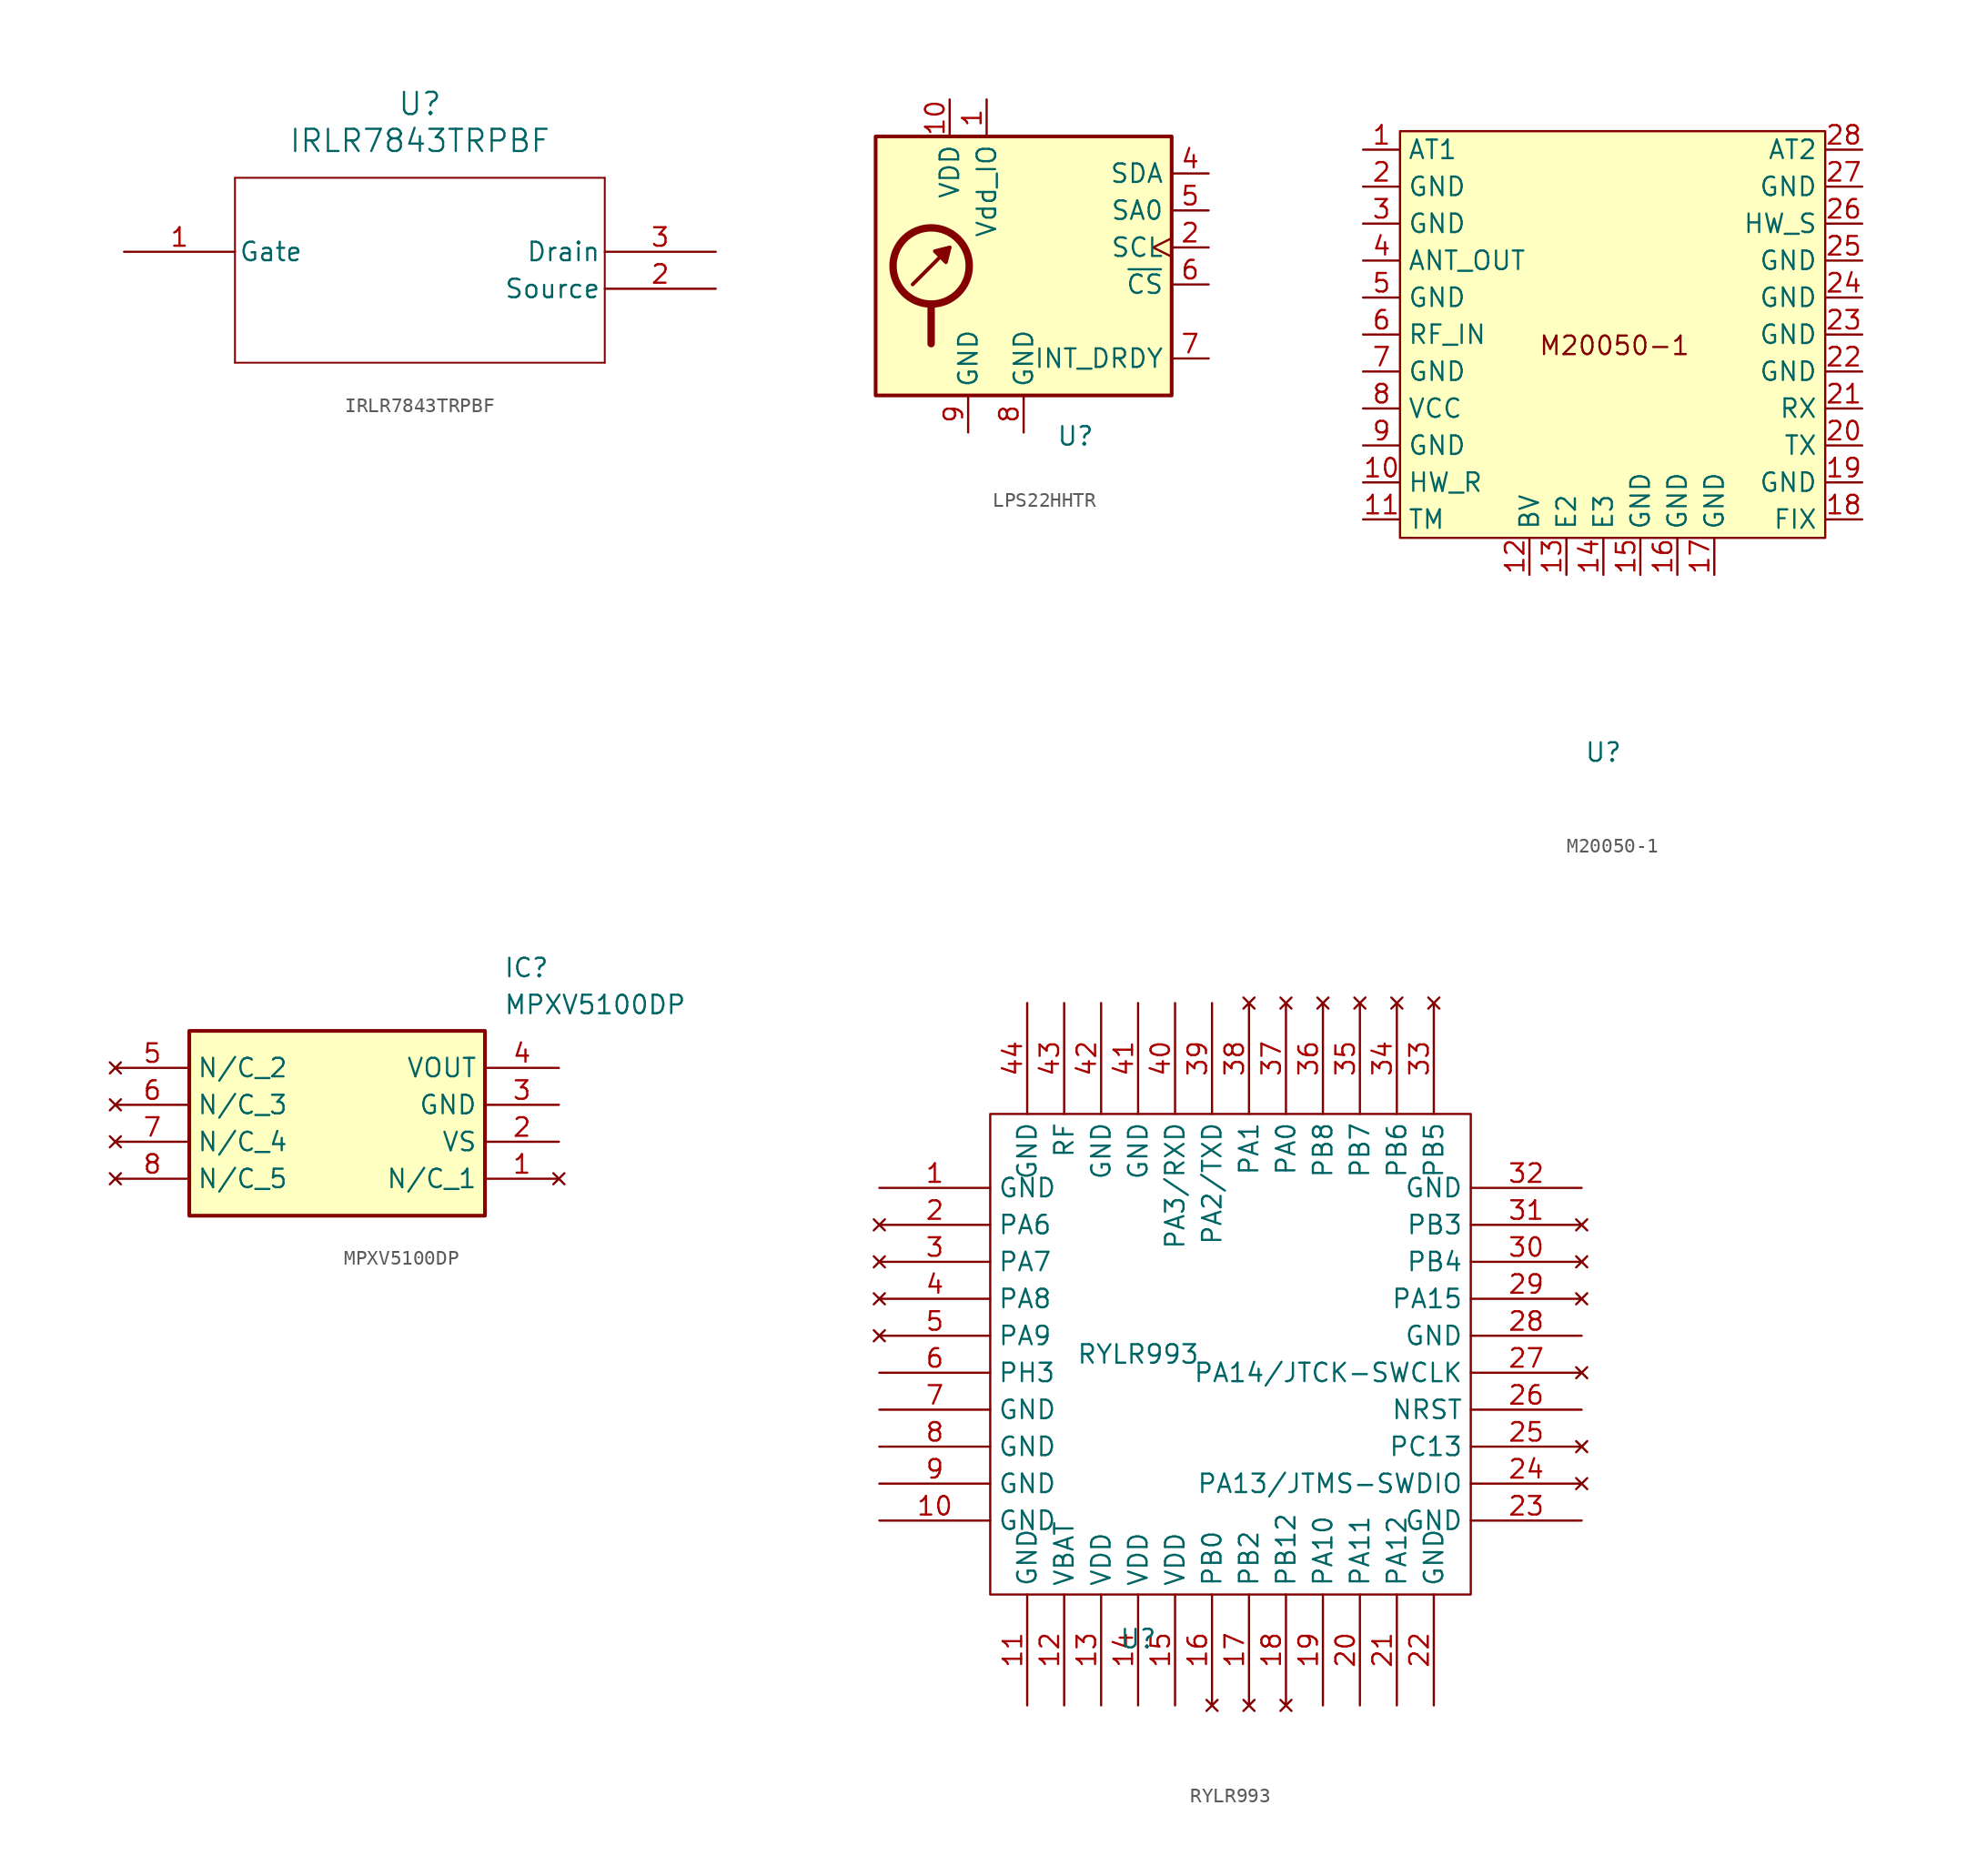
<source format=kicad_sym>
(kicad_symbol_lib
  (version 20231120)
  (generator "kicad_symbol_editor")
  (generator_version "8.0")
  (symbol "IRLR7843TRPBF"
    (pin_names
      (offset 0.254))
    (property "Reference" "U"
      (at 20.32 10.16 0)
      (effects (font (size 1.524 1.524))))
    (property "Value" "IRLR7843TRPBF"
      (at 20.32 7.62 0)
      (effects (font (size 1.524 1.524))))
    (symbol "IRLR7843TRPBF_0_1"
      (polyline (pts (xy 7.62 -7.62) (xy 33.02 -7.62)) (stroke (width 0.127) (type default)) (fill (type none)))
      (polyline (pts (xy 7.62 5.08) (xy 7.62 -7.62)) (stroke (width 0.127) (type default)) (fill (type none)))
      (polyline (pts (xy 33.02 -7.62) (xy 33.02 5.08)) (stroke (width 0.127) (type default)) (fill (type none)))
      (polyline (pts (xy 33.02 5.08) (xy 7.62 5.08)) (stroke (width 0.127) (type default)) (fill (type none))))
    (symbol "IRLR7843TRPBF_1_1"
      (pin input line (at 0 0 0) (length 7.62) (name "Gate" (effects (font (size 1.27 1.27)))) (number "1" (effects (font (size 1.27 1.27)))))
      (pin bidirectional line (at 40.64 -2.54 180) (length 7.62) (name "Source" (effects (font (size 1.27 1.27)))) (number "2" (effects (font (size 1.27 1.27)))))
      (pin bidirectional line (at 40.64 0 180) (length 7.62) (name "Drain" (effects (font (size 1.27 1.27)))) (number "3" (effects (font (size 1.27 1.27)))))))
  (symbol "LPS22HHTR"
    (property "Reference" "U"
      (at 3.556 -10.414 0)
      (effects (font (size 1.27 1.27))))
    (property "Value" ""
      (at 0 0 0)
      (effects (font (size 1.27 1.27))))
    (symbol "LPS22HHTR_0_1"
      (rectangle (start -10.16 10.16) (end 10.16 -7.62) (stroke (width 0.254) (type default)) (fill (type background)))
      (circle (center -6.35 1.27) (radius 2.616) (stroke (width 0.508) (type default)) (fill (type none)))
      (polyline (pts (xy -7.62 0) (xy -5.08 2.54)) (stroke (width 0.254) (type default)) (fill (type none)))
      (polyline (pts (xy -6.35 -1.524) (xy -6.35 -4.064)) (stroke (width 0.508) (type default)) (fill (type none)))
      (polyline (pts (xy -5.08 2.54) (xy -5.334 1.524) (xy -6.096 2.286) (xy -5.08 2.54)) (stroke (width 0.254) (type default)) (fill (type outline))))
    (symbol "LPS22HHTR_1_1"
      (pin power_in line (at -2.54 12.7 270) (length 2.54) (name "Vdd_IO" (effects (font (size 1.27 1.27)))) (number "1" (effects (font (size 1.27 1.27)))))
      (pin power_in line (at -5.08 12.7 270) (length 2.54) (name "VDD" (effects (font (size 1.27 1.27)))) (number "10" (effects (font (size 1.27 1.27)))))
      (pin input clock (at 12.7 2.54 180) (length 2.54) (name "SCL" (effects (font (size 1.27 1.27)))) (number "2" (effects (font (size 1.27 1.27)))) (alternate "SPC" input clock))
      (pin passive line (at -7.62 -10.16 90) (length 2.54) hide (name "GND" (effects (font (size 1.27 1.27)))) (number "3" (effects (font (size 1.27 1.27)))))
      (pin bidirectional line (at 12.7 7.62 180) (length 2.54) (name "SDA" (effects (font (size 1.27 1.27)))) (number "4" (effects (font (size 1.27 1.27)))) (alternate "SDI" input line) (alternate "SDI/SDO" bidirectional line))
      (pin input line (at 12.7 5.08 180) (length 2.54) (name "SA0" (effects (font (size 1.27 1.27)))) (number "5" (effects (font (size 1.27 1.27)))) (alternate "SDO" output line))
      (pin input line (at 12.7 0 180) (length 2.54) (name "~{CS}" (effects (font (size 1.27 1.27)))) (number "6" (effects (font (size 1.27 1.27)))))
      (pin output line (at 12.7 -5.08 180) (length 2.54) (name "INT_DRDY" (effects (font (size 1.27 1.27)))) (number "7" (effects (font (size 1.27 1.27)))))
      (pin power_in line (at 0 -10.16 90) (length 2.54) (name "GND" (effects (font (size 1.27 1.27)))) (number "8" (effects (font (size 1.27 1.27)))))
      (pin power_in line (at -3.81 -10.16 90) (length 2.54) (name "GND" (effects (font (size 1.27 1.27)))) (number "9" (effects (font (size 1.27 1.27)))))))
  (symbol "M20050-1"
    (property "Reference" "U"
      (at 0 -26.162 0)
      (effects (font (size 1.27 1.27))))
    (property "Value" ""
      (at 0 0 0)
      (effects (font (size 1.27 1.27))))
    (symbol "M20050-1_1_1"
      (rectangle (start -13.97 16.51) (end 15.24 -11.43) (stroke (width 0) (type default)) (fill (type background)))
      (text "M20050-1\n" (at 0.762 1.778 0) (effects (font (size 1.27 1.27))))
      (pin bidirectional line (at -16.51 15.24 0) (length 2.54) (name "AT1" (effects (font (size 1.27 1.27)))) (number "1" (effects (font (size 1.27 1.27)))))
      (pin bidirectional line (at -16.51 -7.62 0) (length 2.54) (name "HW_R" (effects (font (size 1.27 1.27)))) (number "10" (effects (font (size 1.27 1.27)))))
      (pin bidirectional line (at -16.51 -10.16 0) (length 2.54) (name "TM" (effects (font (size 1.27 1.27)))) (number "11" (effects (font (size 1.27 1.27)))))
      (pin bidirectional line (at -5.08 -13.97 90) (length 2.54) (name "BV" (effects (font (size 1.27 1.27)))) (number "12" (effects (font (size 1.27 1.27)))))
      (pin passive line (at -2.54 -13.97 90) (length 2.54) (name "E2" (effects (font (size 1.27 1.27)))) (number "13" (effects (font (size 1.27 1.27)))))
      (pin passive line (at 0 -13.97 90) (length 2.54) (name "E3" (effects (font (size 1.27 1.27)))) (number "14" (effects (font (size 1.27 1.27)))))
      (pin power_in line (at 2.54 -13.97 90) (length 2.54) (name "GND" (effects (font (size 1.27 1.27)))) (number "15" (effects (font (size 1.27 1.27)))))
      (pin power_in line (at 5.08 -13.97 90) (length 2.54) (name "GND" (effects (font (size 1.27 1.27)))) (number "16" (effects (font (size 1.27 1.27)))))
      (pin power_in line (at 7.62 -13.97 90) (length 2.54) (name "GND" (effects (font (size 1.27 1.27)))) (number "17" (effects (font (size 1.27 1.27)))))
      (pin bidirectional line (at 17.78 -10.16 180) (length 2.54) (name "FIX" (effects (font (size 1.27 1.27)))) (number "18" (effects (font (size 1.27 1.27)))))
      (pin power_in line (at 17.78 -7.62 180) (length 2.54) (name "GND" (effects (font (size 1.27 1.27)))) (number "19" (effects (font (size 1.27 1.27)))))
      (pin power_in line (at -16.51 12.7 0) (length 2.54) (name "GND" (effects (font (size 1.27 1.27)))) (number "2" (effects (font (size 1.27 1.27)))))
      (pin output line (at 17.78 -5.08 180) (length 2.54) (name "TX" (effects (font (size 1.27 1.27)))) (number "20" (effects (font (size 1.27 1.27)))))
      (pin input line (at 17.78 -2.54 180) (length 2.54) (name "RX" (effects (font (size 1.27 1.27)))) (number "21" (effects (font (size 1.27 1.27)))))
      (pin power_in line (at 17.78 0 180) (length 2.54) (name "GND" (effects (font (size 1.27 1.27)))) (number "22" (effects (font (size 1.27 1.27)))))
      (pin power_in line (at 17.78 2.54 180) (length 2.54) (name "GND" (effects (font (size 1.27 1.27)))) (number "23" (effects (font (size 1.27 1.27)))))
      (pin power_in line (at 17.78 5.08 180) (length 2.54) (name "GND" (effects (font (size 1.27 1.27)))) (number "24" (effects (font (size 1.27 1.27)))))
      (pin power_in line (at 17.78 7.62 180) (length 2.54) (name "GND" (effects (font (size 1.27 1.27)))) (number "25" (effects (font (size 1.27 1.27)))))
      (pin bidirectional line (at 17.78 10.16 180) (length 2.54) (name "HW_S" (effects (font (size 1.27 1.27)))) (number "26" (effects (font (size 1.27 1.27)))))
      (pin power_in line (at 17.78 12.7 180) (length 2.54) (name "GND" (effects (font (size 1.27 1.27)))) (number "27" (effects (font (size 1.27 1.27)))))
      (pin bidirectional line (at 17.78 15.24 180) (length 2.54) (name "AT2" (effects (font (size 1.27 1.27)))) (number "28" (effects (font (size 1.27 1.27)))))
      (pin power_in line (at -16.51 10.16 0) (length 2.54) (name "GND" (effects (font (size 1.27 1.27)))) (number "3" (effects (font (size 1.27 1.27)))))
      (pin output line (at -16.51 7.62 0) (length 2.54) (name "ANT_OUT" (effects (font (size 1.27 1.27)))) (number "4" (effects (font (size 1.27 1.27)))))
      (pin power_in line (at -16.51 5.08 0) (length 2.54) (name "GND" (effects (font (size 1.27 1.27)))) (number "5" (effects (font (size 1.27 1.27)))))
      (pin input line (at -16.51 2.54 0) (length 2.54) (name "RF_IN" (effects (font (size 1.27 1.27)))) (number "6" (effects (font (size 1.27 1.27)))))
      (pin power_in line (at -16.51 0 0) (length 2.54) (name "GND" (effects (font (size 1.27 1.27)))) (number "7" (effects (font (size 1.27 1.27)))))
      (pin power_in line (at -16.51 -2.54 0) (length 2.54) (name "VCC" (effects (font (size 1.27 1.27)))) (number "8" (effects (font (size 1.27 1.27)))))
      (pin power_in line (at -16.51 -5.08 0) (length 2.54) (name "GND" (effects (font (size 1.27 1.27)))) (number "9" (effects (font (size 1.27 1.27)))))))
  (symbol "MPXV5100DP"
    (property "Reference" "IC"
      (at 26.67 7.62 0)
      (effects (font (size 1.27 1.27)) (justify left top)))
    (property "Value" "MPXV5100DP"
      (at 26.67 5.08 0)
      (effects (font (size 1.27 1.27)) (justify left top)))
    (symbol "MPXV5100DP_1_1"
      (rectangle (start 5.08 2.54) (end 25.4 -10.16) (stroke (width 0.254) (type default)) (fill (type background)))
      (pin no_connect line (at 30.48 -7.62 180) (length 5.08) (name "N/C_1" (effects (font (size 1.27 1.27)))) (number "1" (effects (font (size 1.27 1.27)))))
      (pin power_in line (at 30.48 -5.08 180) (length 5.08) (name "VS" (effects (font (size 1.27 1.27)))) (number "2" (effects (font (size 1.27 1.27)))))
      (pin power_in line (at 30.48 -2.54 180) (length 5.08) (name "GND" (effects (font (size 1.27 1.27)))) (number "3" (effects (font (size 1.27 1.27)))))
      (pin power_out line (at 30.48 0 180) (length 5.08) (name "VOUT" (effects (font (size 1.27 1.27)))) (number "4" (effects (font (size 1.27 1.27)))))
      (pin no_connect line (at 0 0 0) (length 5.08) (name "N/C_2" (effects (font (size 1.27 1.27)))) (number "5" (effects (font (size 1.27 1.27)))))
      (pin no_connect line (at 0 -2.54 0) (length 5.08) (name "N/C_3" (effects (font (size 1.27 1.27)))) (number "6" (effects (font (size 1.27 1.27)))))
      (pin no_connect line (at 0 -5.08 0) (length 5.08) (name "N/C_4" (effects (font (size 1.27 1.27)))) (number "7" (effects (font (size 1.27 1.27)))))
      (pin no_connect line (at 0 -7.62 0) (length 5.08) (name "N/C_5" (effects (font (size 1.27 1.27)))) (number "8" (effects (font (size 1.27 1.27)))))))
  (symbol "RYLR993"
    (property "Reference" "U"
      (at 0 -19.558 0)
      (effects (font (size 1.27 1.27))))
    (property "Value" "RYLR993"
      (at 0 0 0)
      (effects (font (size 1.27 1.27))))
    (symbol "RYLR993_0_1"
      (rectangle (start -10.16 16.51) (end 22.86 -16.51) (stroke (width 0) (type default)) (fill (type none))))
    (symbol "RYLR993_1_1"
      (pin power_in line (at -17.78 11.43 0) (length 7.62) (name "GND" (effects (font (size 1.27 1.27)))) (number "1" (effects (font (size 1.27 1.27)))))
      (pin power_in line (at -17.78 -11.43 0) (length 7.62) (name "GND" (effects (font (size 1.27 1.27)))) (number "10" (effects (font (size 1.27 1.27)))))
      (pin power_in line (at -7.62 -24.13 90) (length 7.62) (name "GND" (effects (font (size 1.27 1.27)))) (number "11" (effects (font (size 1.27 1.27)))))
      (pin power_in line (at -5.08 -24.13 90) (length 7.62) (name "VBAT" (effects (font (size 1.27 1.27)))) (number "12" (effects (font (size 1.27 1.27)))))
      (pin power_in line (at -2.54 -24.13 90) (length 7.62) (name "VDD" (effects (font (size 1.27 1.27)))) (number "13" (effects (font (size 1.27 1.27)))))
      (pin power_in line (at 0 -24.13 90) (length 7.62) (name "VDD" (effects (font (size 1.27 1.27)))) (number "14" (effects (font (size 1.27 1.27)))))
      (pin power_in line (at 2.54 -24.13 90) (length 7.62) (name "VDD" (effects (font (size 1.27 1.27)))) (number "15" (effects (font (size 1.27 1.27)))))
      (pin no_connect line (at 5.08 -24.13 90) (length 7.62) (name "PB0" (effects (font (size 1.27 1.27)))) (number "16" (effects (font (size 1.27 1.27)))))
      (pin no_connect line (at 7.62 -24.13 90) (length 7.62) (name "PB2" (effects (font (size 1.27 1.27)))) (number "17" (effects (font (size 1.27 1.27)))))
      (pin no_connect line (at 10.16 -24.13 90) (length 7.62) (name "PB12" (effects (font (size 1.27 1.27)))) (number "18" (effects (font (size 1.27 1.27)))))
      (pin output line (at 12.7 -24.13 90) (length 7.62) (name "PA10" (effects (font (size 1.27 1.27)))) (number "19" (effects (font (size 1.27 1.27)))))
      (pin no_connect line (at -17.78 8.89 0) (length 7.62) (name "PA6" (effects (font (size 1.27 1.27)))) (number "2" (effects (font (size 1.27 1.27)))))
      (pin output line (at 15.24 -24.13 90) (length 7.62) (name "PA11" (effects (font (size 1.27 1.27)))) (number "20" (effects (font (size 1.27 1.27)))))
      (pin output line (at 17.78 -24.13 90) (length 7.62) (name "PA12" (effects (font (size 1.27 1.27)))) (number "21" (effects (font (size 1.27 1.27)))))
      (pin power_in line (at 20.32 -24.13 90) (length 7.62) (name "GND" (effects (font (size 1.27 1.27)))) (number "22" (effects (font (size 1.27 1.27)))))
      (pin power_in line (at 30.48 -11.43 180) (length 7.62) (name "GND" (effects (font (size 1.27 1.27)))) (number "23" (effects (font (size 1.27 1.27)))))
      (pin no_connect line (at 30.48 -8.89 180) (length 7.62) (name "PA13/JTMS-SWDIO" (effects (font (size 1.27 1.27)))) (number "24" (effects (font (size 1.27 1.27)))))
      (pin no_connect line (at 30.48 -6.35 180) (length 7.62) (name "PC13" (effects (font (size 1.27 1.27)))) (number "25" (effects (font (size 1.27 1.27)))))
      (pin input line (at 30.48 -3.81 180) (length 7.62) (name "NRST" (effects (font (size 1.27 1.27)))) (number "26" (effects (font (size 1.27 1.27)))))
      (pin no_connect line (at 30.48 -1.27 180) (length 7.62) (name "PA14/JTCK-SWCLK" (effects (font (size 1.27 1.27)))) (number "27" (effects (font (size 1.27 1.27)))))
      (pin power_in line (at 30.48 1.27 180) (length 7.62) (name "GND" (effects (font (size 1.27 1.27)))) (number "28" (effects (font (size 1.27 1.27)))))
      (pin no_connect line (at 30.48 3.81 180) (length 7.62) (name "PA15" (effects (font (size 1.27 1.27)))) (number "29" (effects (font (size 1.27 1.27)))))
      (pin no_connect line (at -17.78 6.35 0) (length 7.62) (name "PA7" (effects (font (size 1.27 1.27)))) (number "3" (effects (font (size 1.27 1.27)))))
      (pin no_connect line (at 30.48 6.35 180) (length 7.62) (name "PB4" (effects (font (size 1.27 1.27)))) (number "30" (effects (font (size 1.27 1.27)))))
      (pin no_connect line (at 30.48 8.89 180) (length 7.62) (name "PB3" (effects (font (size 1.27 1.27)))) (number "31" (effects (font (size 1.27 1.27)))))
      (pin power_in line (at 30.48 11.43 180) (length 7.62) (name "GND" (effects (font (size 1.27 1.27)))) (number "32" (effects (font (size 1.27 1.27)))))
      (pin no_connect line (at 20.32 24.13 270) (length 7.62) (name "PB5" (effects (font (size 1.27 1.27)))) (number "33" (effects (font (size 1.27 1.27)))))
      (pin no_connect line (at 17.78 24.13 270) (length 7.62) (name "PB6" (effects (font (size 1.27 1.27)))) (number "34" (effects (font (size 1.27 1.27)))))
      (pin no_connect line (at 15.24 24.13 270) (length 7.62) (name "PB7" (effects (font (size 1.27 1.27)))) (number "35" (effects (font (size 1.27 1.27)))))
      (pin no_connect line (at 12.7 24.13 270) (length 7.62) (name "PB8" (effects (font (size 1.27 1.27)))) (number "36" (effects (font (size 1.27 1.27)))))
      (pin no_connect line (at 10.16 24.13 270) (length 7.62) (name "PA0" (effects (font (size 1.27 1.27)))) (number "37" (effects (font (size 1.27 1.27)))))
      (pin no_connect line (at 7.62 24.13 270) (length 7.62) (name "PA1" (effects (font (size 1.27 1.27)))) (number "38" (effects (font (size 1.27 1.27)))))
      (pin output line (at 5.08 24.13 270) (length 7.62) (name "PA2/TXD" (effects (font (size 1.27 1.27)))) (number "39" (effects (font (size 1.27 1.27)))))
      (pin no_connect line (at -17.78 3.81 0) (length 7.62) (name "PA8" (effects (font (size 1.27 1.27)))) (number "4" (effects (font (size 1.27 1.27)))))
      (pin input line (at 2.54 24.13 270) (length 7.62) (name "PA3/RXD" (effects (font (size 1.27 1.27)))) (number "40" (effects (font (size 1.27 1.27)))))
      (pin power_in line (at 0 24.13 270) (length 7.62) (name "GND" (effects (font (size 1.27 1.27)))) (number "41" (effects (font (size 1.27 1.27)))))
      (pin power_in line (at -2.54 24.13 270) (length 7.62) (name "GND" (effects (font (size 1.27 1.27)))) (number "42" (effects (font (size 1.27 1.27)))))
      (pin bidirectional line (at -5.08 24.13 270) (length 7.62) (name "RF" (effects (font (size 1.27 1.27)))) (number "43" (effects (font (size 1.27 1.27)))))
      (pin power_in line (at -7.62 24.13 270) (length 7.62) (name "GND" (effects (font (size 1.27 1.27)))) (number "44" (effects (font (size 1.27 1.27)))))
      (pin no_connect line (at -17.78 1.27 0) (length 7.62) (name "PA9" (effects (font (size 1.27 1.27)))) (number "5" (effects (font (size 1.27 1.27)))))
      (pin input line (at -17.78 -1.27 0) (length 7.62) (name "PH3" (effects (font (size 1.27 1.27)))) (number "6" (effects (font (size 1.27 1.27)))))
      (pin power_in line (at -17.78 -3.81 0) (length 7.62) (name "GND" (effects (font (size 1.27 1.27)))) (number "7" (effects (font (size 1.27 1.27)))))
      (pin power_in line (at -17.78 -6.35 0) (length 7.62) (name "GND" (effects (font (size 1.27 1.27)))) (number "8" (effects (font (size 1.27 1.27)))))
      (pin power_in line (at -17.78 -8.89 0) (length 7.62) (name "GND" (effects (font (size 1.27 1.27)))) (number "9" (effects (font (size 1.27 1.27))))))))
</source>
